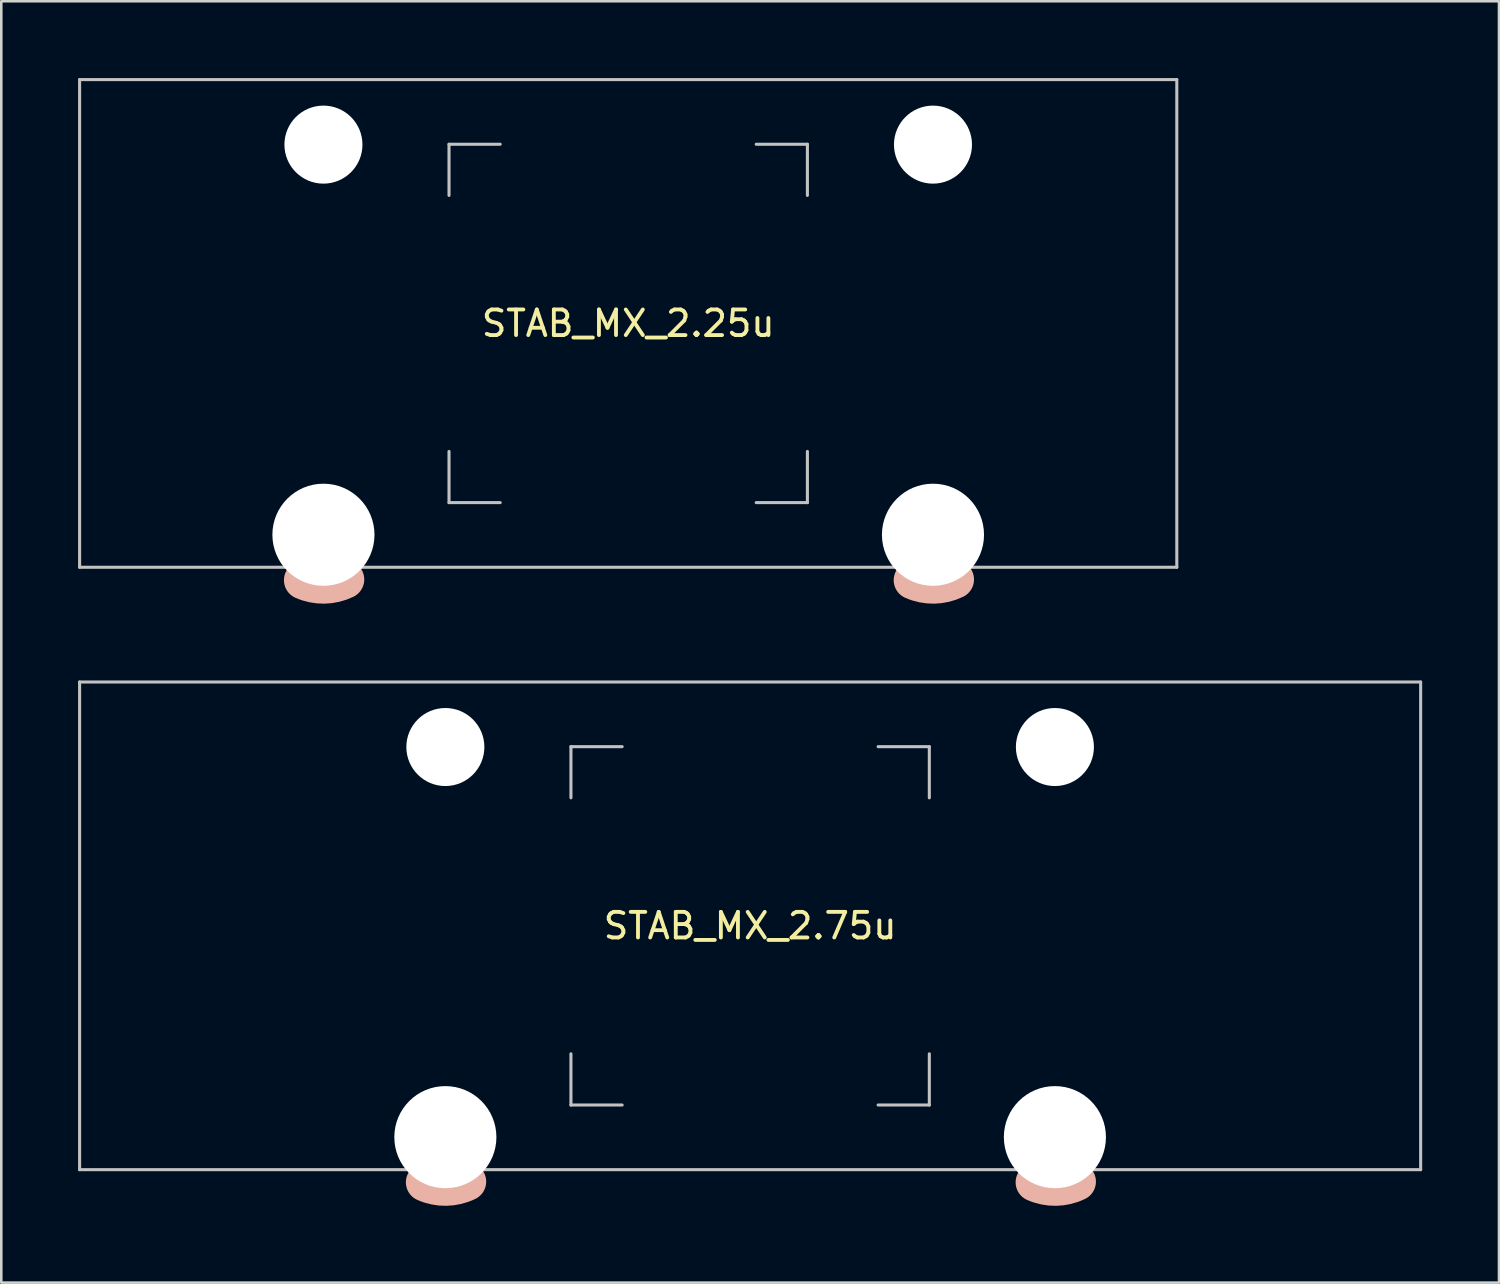
<source format=kicad_pcb>
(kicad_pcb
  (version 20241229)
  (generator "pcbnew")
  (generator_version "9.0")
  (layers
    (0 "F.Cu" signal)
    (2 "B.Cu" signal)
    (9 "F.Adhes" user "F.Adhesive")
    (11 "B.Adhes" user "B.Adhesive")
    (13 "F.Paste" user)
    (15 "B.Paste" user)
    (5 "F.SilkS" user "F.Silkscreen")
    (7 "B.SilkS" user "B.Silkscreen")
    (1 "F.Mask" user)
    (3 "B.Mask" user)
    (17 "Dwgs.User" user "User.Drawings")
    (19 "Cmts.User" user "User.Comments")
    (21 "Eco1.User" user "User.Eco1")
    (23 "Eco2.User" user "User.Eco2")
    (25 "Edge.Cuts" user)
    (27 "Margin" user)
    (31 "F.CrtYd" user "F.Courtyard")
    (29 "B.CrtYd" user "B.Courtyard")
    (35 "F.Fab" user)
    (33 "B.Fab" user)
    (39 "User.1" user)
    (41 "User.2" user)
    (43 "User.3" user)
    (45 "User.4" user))
  (footprint "STAB_MX_2.25u"
    (layer "F.Cu")
    (at 21.491 9.585)
    (property "Reference" "STAB_MX_2.25u" (at 0 0 0) (layer "F.SilkS") (effects (font (size 1 1) (thickness 0.15))))
    (attr through_hole exclude_from_pos_files exclude_from_bom)
    (fp_circle (center -11.906 -6.985) (end -10.406 -6.985) (stroke (width 1) (type solid)) (fill no) (layer "B.Mask"))
    (fp_circle (center 11.906 -6.985) (end 13.406 -6.985) (stroke (width 1) (type solid)) (fill no) (layer "B.Mask"))
    (fp_arc (start -11.061161 10.002042) (mid -11.876911 10.197561) (end -12.698861 10.03001) (stroke (width 1.5) (type default)) (layer "B.SilkS"))
    (fp_arc (start 12.758839 10.002042) (mid 11.943089 10.197561) (end 11.121139 10.03001) (stroke (width 1.5) (type default)) (layer "B.SilkS"))
    (fp_line (start -21.431 -9.525) (end -21.431 9.525) (stroke (width 0.12) (type solid)) (layer "Dwgs.User"))
    (fp_line (start -21.431 -9.525) (end 21.431 -9.525) (stroke (width 0.12) (type solid)) (layer "Dwgs.User"))
    (fp_line (start -21.431 9.525) (end 21.431 9.525) (stroke (width 0.12) (type solid)) (layer "Dwgs.User"))
    (fp_line (start -7 -7) (end -5 -7) (stroke (width 0.12) (type solid)) (layer "Dwgs.User"))
    (fp_line (start -7 -5) (end -7 -7) (stroke (width 0.12) (type solid)) (layer "Dwgs.User"))
    (fp_line (start -7 7) (end -7 5) (stroke (width 0.12) (type solid)) (layer "Dwgs.User"))
    (fp_line (start -5 7) (end -7 7) (stroke (width 0.12) (type solid)) (layer "Dwgs.User"))
    (fp_line (start 5 -7) (end 7 -7) (stroke (width 0.12) (type solid)) (layer "Dwgs.User"))
    (fp_line (start 5 7) (end 7 7) (stroke (width 0.12) (type solid)) (layer "Dwgs.User"))
    (fp_line (start 7 -7) (end 7 -5) (stroke (width 0.12) (type solid)) (layer "Dwgs.User"))
    (fp_line (start 7 7) (end 7 5) (stroke (width 0.12) (type solid)) (layer "Dwgs.User"))
    (fp_line (start 21.431 -9.525) (end 21.431 9.525) (stroke (width 0.12) (type solid)) (layer "Dwgs.User"))
    (fp_line (start -15.281 -5.5) (end -15.281 7.5) (stroke (width 0.05) (type solid)) (layer "Eco2.User"))
    (fp_line (start -14.781 -6) (end -9.031 -6) (stroke (width 0.05) (type solid)) (layer "Eco2.User"))
    (fp_line (start -14.781 8) (end -9.031 8) (stroke (width 0.05) (type solid)) (layer "Eco2.User"))
    (fp_line (start -8.531 -5.5) (end -8.531 7.5) (stroke (width 0.05) (type solid)) (layer "Eco2.User"))
    (fp_line (start 8.531 -5.5) (end 8.531 7.5) (stroke (width 0.05) (type solid)) (layer "Eco2.User"))
    (fp_line (start 9.031 -6) (end 14.78 -6) (stroke (width 0.05) (type solid)) (layer "Eco2.User"))
    (fp_line (start 9.031 8) (end 14.781 8) (stroke (width 0.05) (type solid)) (layer "Eco2.User"))
    (fp_line (start 15.28 -5.5) (end 15.281 7.5) (stroke (width 0.05) (type solid)) (layer "Eco2.User"))
    (fp_arc (start -15.28125 -5.499999) (mid -15.134803 -5.853552) (end -14.78125 -5.999999) (stroke (width 0.05) (type solid)) (layer "Eco2.User"))
    (fp_arc (start -14.78125 8.000001) (mid -15.134803 7.853554) (end -15.28125 7.500001) (stroke (width 0.05) (type solid)) (layer "Eco2.User"))
    (fp_arc (start -9.03125 -5.999999) (mid -8.677697 -5.853552) (end -8.53125 -5.499999) (stroke (width 0.05) (type solid)) (layer "Eco2.User"))
    (fp_arc (start -8.53125 7.500001) (mid -8.677697 7.853554) (end -9.03125 8.000001) (stroke (width 0.05) (type solid)) (layer "Eco2.User"))
    (fp_arc (start 8.53125 -5.499999) (mid 8.677697 -5.853552) (end 9.03125 -5.999999) (stroke (width 0.05) (type solid)) (layer "Eco2.User"))
    (fp_arc (start 9.03125 8.000001) (mid 8.677697 7.853554) (end 8.53125 7.500001) (stroke (width 0.05) (type solid)) (layer "Eco2.User"))
    (fp_arc (start 14.780039 -5.999999) (mid 15.133592 -5.853552) (end 15.280039 -5.499999) (stroke (width 0.05) (type solid)) (layer "Eco2.User"))
    (fp_arc (start 15.28125 7.500001) (mid 15.134803 7.853554) (end 14.78125 8.000001) (stroke (width 0.05) (type solid)) (layer "Eco2.User"))
    (pad "" np_thru_hole circle (at -11.906 -6.985) (size 3.048 3.048) (drill 3.048) (layers "*.Cu" "*.Mask"))
    (pad "" np_thru_hole circle (at -11.906 8.255) (size 3.988 3.988) (drill 3.988) (layers "*.Cu" "*.Mask"))
    (pad "" np_thru_hole circle (at 11.906 -6.985) (size 3.048 3.048) (drill 3.048) (layers "*.Cu" "*.Mask"))
    (pad "" np_thru_hole circle (at 11.906 8.255) (size 3.988 3.988) (drill 3.988) (layers "*.Cu" "*.Mask"))
    (zone (net_name "") (layer "B.Cu") (hatch edge 0.5) (connect_pads) (min_thickness 0.25) (filled_areas_thickness no) (keepout (tracks allowed) (vias allowed) (pads allowed) (copperpour not_allowed) (footprints allowed)) (placement (enabled no)) (fill) (polygon (pts (xy 11.085 2.6) (xy 11.065 2.353) (xy 11.004 2.113) (xy 10.904 1.886) (xy 10.769 1.679) (xy 10.601 1.496) (xy 10.405 1.344) (xy 10.188 1.226) (xy 9.953 1.146) (xy 9.709 1.105) (xy 9.461 1.105) (xy 9.217 1.146) (xy 8.982 1.226) (xy 8.765 1.344) (xy 8.569 1.496) (xy 8.401 1.679) (xy 8.266 1.886) (xy 8.166 2.113) (xy 8.105 2.353) (xy 8.085 2.6) (xy 8.105 2.847) (xy 8.166 3.087) (xy 8.266 3.314) (xy 8.401 3.521) (xy 8.569 3.704) (xy 8.765 3.856) (xy 8.982 3.974) (xy 9.217 4.054) (xy 9.461 4.095) (xy 9.709 4.095) (xy 9.953 4.054) (xy 10.188 3.974) (xy 10.405 3.856) (xy 10.601 3.704) (xy 10.769 3.521) (xy 10.904 3.314) (xy 11.004 3.087) (xy 11.065 2.847))))
    (zone (net_name "") (layer "B.Cu") (hatch edge 0.5) (connect_pads) (min_thickness 0.25) (filled_areas_thickness no) (keepout (tracks allowed) (vias allowed) (pads allowed) (copperpour not_allowed) (footprints allowed)) (placement (enabled no)) (fill) (polygon (pts (xy 34.898 2.6) (xy 34.877 2.353) (xy 34.816 2.113) (xy 34.717 1.886) (xy 34.581 1.679) (xy 34.413 1.496) (xy 34.218 1.344) (xy 34 1.226) (xy 33.766 1.146) (xy 33.521 1.105) (xy 33.274 1.105) (xy 33.029 1.146) (xy 32.795 1.226) (xy 32.577 1.344) (xy 32.382 1.496) (xy 32.214 1.679) (xy 32.078 1.886) (xy 31.979 2.113) (xy 31.918 2.353) (xy 31.898 2.6) (xy 31.918 2.847) (xy 31.979 3.087) (xy 32.078 3.314) (xy 32.214 3.521) (xy 32.382 3.704) (xy 32.577 3.856) (xy 32.795 3.974) (xy 33.029 4.054) (xy 33.274 4.095) (xy 33.521 4.095) (xy 33.766 4.054) (xy 34 3.974) (xy 34.218 3.856) (xy 34.413 3.704) (xy 34.581 3.521) (xy 34.717 3.314) (xy 34.816 3.087) (xy 34.877 2.847))))
    (zone (net_name "") (layer "B.Cu") (hatch edge 0.5) (connect_pads) (min_thickness 0.25) (filled_areas_thickness no) (keepout (tracks allowed) (vias allowed) (pads allowed) (copperpour not_allowed) (footprints allowed)) (placement (enabled no)) (fill) (polygon (pts (xy 9.87 0.62) (xy 10.148 0.681) (xy 10.416 0.781) (xy 10.666 0.917) (xy 10.895 1.089) (xy 11.096 1.29) (xy 11.268 1.519) (xy 11.404 1.769) (xy 11.504 2.037) (xy 11.565 2.315) (xy 11.585 2.6) (xy 11.565 2.885) (xy 11.504 3.163) (xy 11.404 3.431) (xy 11.268 3.681) (xy 11.096 3.91) (xy 10.895 4.111) (xy 10.666 4.283) (xy 10.416 4.419) (xy 10.148 4.519) (xy 9.87 4.58) (xy 9.585 4.6) (xy 9.3 4.58) (xy 9.022 4.519) (xy 8.754 4.419) (xy 8.504 4.283) (xy 8.275 4.111) (xy 8.074 3.91) (xy 7.902 3.681) (xy 7.766 3.431) (xy 7.666 3.163) (xy 7.605 2.885) (xy 7.585 2.6) (xy 7.605 2.315) (xy 7.666 2.037) (xy 7.766 1.769) (xy 7.902 1.519) (xy 8.074 1.29) (xy 8.275 1.089) (xy 8.504 0.917) (xy 8.754 0.781) (xy 9.022 0.681) (xy 9.3 0.62) (xy 9.585 0.6))))
    (zone (net_name "") (layer "B.Cu") (hatch edge 0.5) (connect_pads) (min_thickness 0.25) (filled_areas_thickness no) (keepout (tracks allowed) (vias allowed) (pads allowed) (copperpour not_allowed) (footprints allowed)) (placement (enabled no)) (fill) (polygon (pts (xy 33.682 0.62) (xy 33.961 0.681) (xy 34.228 0.781) (xy 34.479 0.917) (xy 34.707 1.089) (xy 34.909 1.29) (xy 35.08 1.519) (xy 35.217 1.769) (xy 35.316 2.037) (xy 35.377 2.315) (xy 35.398 2.6) (xy 35.377 2.885) (xy 35.316 3.163) (xy 35.217 3.431) (xy 35.08 3.681) (xy 34.909 3.91) (xy 34.707 4.111) (xy 34.479 4.283) (xy 34.228 4.419) (xy 33.961 4.519) (xy 33.682 4.58) (xy 33.398 4.6) (xy 33.113 4.58) (xy 32.834 4.519) (xy 32.567 4.419) (xy 32.316 4.283) (xy 32.088 4.111) (xy 31.886 3.91) (xy 31.715 3.681) (xy 31.578 3.431) (xy 31.479 3.163) (xy 31.418 2.885) (xy 31.398 2.6) (xy 31.418 2.315) (xy 31.479 2.037) (xy 31.578 1.769) (xy 31.715 1.519) (xy 31.886 1.29) (xy 32.088 1.089) (xy 32.316 0.917) (xy 32.567 0.781) (xy 32.834 0.681) (xy 33.113 0.62) (xy 33.398 0.6)))))
  (footprint "STAB_MX_2.75u"
    (layer "F.Cu")
    (at 26.254 33.118)
    (property "Reference" "STAB_MX_2.75u" (at 0 0 0) (layer "F.SilkS") (effects (font (size 1 1) (thickness 0.15))))
    (attr through_hole exclude_from_pos_files)
    (fp_circle (center -11.906 -6.985) (end -10.406 -6.985) (stroke (width 1) (type solid)) (fill no) (layer "B.Mask"))
    (fp_circle (center 11.906 -6.985) (end 13.406 -6.985) (stroke (width 1) (type solid)) (fill no) (layer "B.Mask"))
    (fp_arc (start -11.061161 9.992042) (mid -11.876911 10.187561) (end -12.698861 10.02001) (stroke (width 1.5) (type default)) (layer "B.SilkS"))
    (fp_arc (start 12.758839 9.992042) (mid 11.943089 10.187561) (end 11.121139 10.02001) (stroke (width 1.5) (type default)) (layer "B.SilkS"))
    (fp_line (start -26.194 -9.525) (end -26.194 9.525) (stroke (width 0.12) (type solid)) (layer "Dwgs.User"))
    (fp_line (start -26.194 -9.525) (end 26.194 -9.525) (stroke (width 0.12) (type solid)) (layer "Dwgs.User"))
    (fp_line (start -26.194 9.525) (end 26.194 9.525) (stroke (width 0.12) (type solid)) (layer "Dwgs.User"))
    (fp_line (start -7 -7) (end -5 -7) (stroke (width 0.12) (type solid)) (layer "Dwgs.User"))
    (fp_line (start -7 -5) (end -7 -7) (stroke (width 0.12) (type solid)) (layer "Dwgs.User"))
    (fp_line (start -7 7) (end -7 5) (stroke (width 0.12) (type solid)) (layer "Dwgs.User"))
    (fp_line (start -5 7) (end -7 7) (stroke (width 0.12) (type solid)) (layer "Dwgs.User"))
    (fp_line (start 5 -7) (end 7 -7) (stroke (width 0.12) (type solid)) (layer "Dwgs.User"))
    (fp_line (start 5 7) (end 7 7) (stroke (width 0.12) (type solid)) (layer "Dwgs.User"))
    (fp_line (start 7 -7) (end 7 -5) (stroke (width 0.12) (type solid)) (layer "Dwgs.User"))
    (fp_line (start 7 7) (end 7 5) (stroke (width 0.12) (type solid)) (layer "Dwgs.User"))
    (fp_line (start 26.194 -9.525) (end 26.194 9.525) (stroke (width 0.12) (type solid)) (layer "Dwgs.User"))
    (fp_line (start -15.281 -5.5) (end -15.281 7.5) (stroke (width 0.05) (type solid)) (layer "Eco2.User"))
    (fp_line (start -14.781 -6) (end -9.031 -6) (stroke (width 0.05) (type solid)) (layer "Eco2.User"))
    (fp_line (start -14.781 8) (end -9.031 8) (stroke (width 0.05) (type solid)) (layer "Eco2.User"))
    (fp_line (start -8.531 -5.5) (end -8.531 7.5) (stroke (width 0.05) (type solid)) (layer "Eco2.User"))
    (fp_line (start 8.531 -5.5) (end 8.531 7.5) (stroke (width 0.05) (type solid)) (layer "Eco2.User"))
    (fp_line (start 9.031 -6) (end 14.78 -6) (stroke (width 0.05) (type solid)) (layer "Eco2.User"))
    (fp_line (start 9.031 8) (end 14.781 8) (stroke (width 0.05) (type solid)) (layer "Eco2.User"))
    (fp_line (start 15.28 -5.5) (end 15.281 7.5) (stroke (width 0.05) (type solid)) (layer "Eco2.User"))
    (fp_arc (start -15.28125 -5.499999) (mid -15.134803 -5.853552) (end -14.78125 -5.999999) (stroke (width 0.05) (type solid)) (layer "Eco2.User"))
    (fp_arc (start -14.78125 8.000001) (mid -15.134803 7.853554) (end -15.28125 7.500001) (stroke (width 0.05) (type solid)) (layer "Eco2.User"))
    (fp_arc (start -9.03125 -5.999999) (mid -8.677697 -5.853552) (end -8.53125 -5.499999) (stroke (width 0.05) (type solid)) (layer "Eco2.User"))
    (fp_arc (start -8.53125 7.500001) (mid -8.677697 7.853554) (end -9.03125 8.000001) (stroke (width 0.05) (type solid)) (layer "Eco2.User"))
    (fp_arc (start 8.53125 -5.499999) (mid 8.677693 -5.853571) (end 9.03125 -5.999999) (stroke (width 0.05) (type solid)) (layer "Eco2.User"))
    (fp_arc (start 9.03125 8.000001) (mid 8.677729 7.853537) (end 8.53125 7.500001) (stroke (width 0.05) (type solid)) (layer "Eco2.User"))
    (fp_arc (start 14.780039 -5.999999) (mid 15.133567 -5.853539) (end 15.280039 -5.499999) (stroke (width 0.05) (type solid)) (layer "Eco2.User"))
    (fp_arc (start 15.28125 7.500001) (mid 15.134806 7.853571) (end 14.78125 8.000001) (stroke (width 0.05) (type solid)) (layer "Eco2.User"))
    (pad "" np_thru_hole circle (at -11.906 -6.985) (size 3.048 3.048) (drill 3.048) (layers "*.Cu" "*.Mask"))
    (pad "" np_thru_hole circle (at -11.906 8.255) (size 3.988 3.988) (drill 3.988) (layers "*.Cu" "*.Mask"))
    (pad "" np_thru_hole circle (at 11.906 -6.985) (size 3.048 3.048) (drill 3.048) (layers "*.Cu" "*.Mask"))
    (pad "" np_thru_hole circle (at 11.906 8.255) (size 3.988 3.988) (drill 3.988) (layers "*.Cu" "*.Mask"))
    (zone (net_name "") (layer "B.Cu") (hatch edge 0.5) (connect_pads) (min_thickness 0.25) (filled_areas_thickness no) (keepout (tracks allowed) (vias allowed) (pads allowed) (copperpour not_allowed) (footprints allowed)) (placement (enabled no)) (fill) (polygon (pts (xy 15.848 26.133) (xy 15.827 25.886) (xy 15.766 25.646) (xy 15.667 25.419) (xy 15.531 25.212) (xy 15.363 25.029) (xy 15.168 24.877) (xy 14.95 24.759) (xy 14.716 24.679) (xy 14.471 24.638) (xy 14.224 24.638) (xy 13.979 24.679) (xy 13.745 24.759) (xy 13.527 24.877) (xy 13.332 25.029) (xy 13.164 25.212) (xy 13.028 25.419) (xy 12.929 25.646) (xy 12.868 25.886) (xy 12.848 26.133) (xy 12.868 26.38) (xy 12.929 26.62) (xy 13.028 26.847) (xy 13.164 27.054) (xy 13.332 27.236) (xy 13.527 27.389) (xy 13.745 27.507) (xy 13.979 27.587) (xy 14.224 27.628) (xy 14.471 27.628) (xy 14.716 27.587) (xy 14.95 27.507) (xy 15.168 27.389) (xy 15.363 27.236) (xy 15.531 27.054) (xy 15.667 26.847) (xy 15.766 26.62) (xy 15.827 26.38))))
    (zone (net_name "") (layer "B.Cu") (hatch edge 0.5) (connect_pads) (min_thickness 0.25) (filled_areas_thickness no) (keepout (tracks allowed) (vias allowed) (pads allowed) (copperpour not_allowed) (footprints allowed)) (placement (enabled no)) (fill) (polygon (pts (xy 39.66 26.133) (xy 39.64 25.886) (xy 39.579 25.646) (xy 39.479 25.419) (xy 39.344 25.212) (xy 39.176 25.029) (xy 38.98 24.877) (xy 38.763 24.759) (xy 38.528 24.679) (xy 38.284 24.638) (xy 38.036 24.638) (xy 37.792 24.679) (xy 37.557 24.759) (xy 37.34 24.877) (xy 37.144 25.029) (xy 36.976 25.212) (xy 36.841 25.419) (xy 36.741 25.646) (xy 36.68 25.886) (xy 36.66 26.133) (xy 36.68 26.38) (xy 36.741 26.62) (xy 36.841 26.847) (xy 36.976 27.054) (xy 37.144 27.236) (xy 37.34 27.389) (xy 37.557 27.507) (xy 37.792 27.587) (xy 38.036 27.628) (xy 38.284 27.628) (xy 38.528 27.587) (xy 38.763 27.507) (xy 38.98 27.389) (xy 39.176 27.236) (xy 39.344 27.054) (xy 39.479 26.847) (xy 39.579 26.62) (xy 39.64 26.38))))
    (zone (net_name "") (layer "B.Cu") (hatch edge 0.5) (connect_pads) (min_thickness 0.25) (filled_areas_thickness no) (keepout (tracks allowed) (vias allowed) (pads allowed) (copperpour not_allowed) (footprints allowed)) (placement (enabled no)) (fill) (polygon (pts (xy 14.632 24.153) (xy 14.911 24.214) (xy 15.178 24.314) (xy 15.429 24.45) (xy 15.657 24.621) (xy 15.859 24.823) (xy 16.03 25.052) (xy 16.167 25.302) (xy 16.266 25.569) (xy 16.327 25.848) (xy 16.348 26.133) (xy 16.327 26.417) (xy 16.266 26.696) (xy 16.167 26.964) (xy 16.03 27.214) (xy 15.859 27.443) (xy 15.657 27.644) (xy 15.429 27.815) (xy 15.178 27.952) (xy 14.911 28.052) (xy 14.632 28.112) (xy 14.348 28.133) (xy 14.063 28.112) (xy 13.784 28.052) (xy 13.517 27.952) (xy 13.266 27.815) (xy 13.038 27.644) (xy 12.836 27.443) (xy 12.665 27.214) (xy 12.528 26.964) (xy 12.429 26.696) (xy 12.368 26.417) (xy 12.348 26.133) (xy 12.368 25.848) (xy 12.429 25.569) (xy 12.528 25.302) (xy 12.665 25.052) (xy 12.836 24.823) (xy 13.038 24.621) (xy 13.266 24.45) (xy 13.517 24.314) (xy 13.784 24.214) (xy 14.063 24.153) (xy 14.348 24.133))))
    (zone (net_name "") (layer "B.Cu") (hatch edge 0.5) (connect_pads) (min_thickness 0.25) (filled_areas_thickness no) (keepout (tracks allowed) (vias allowed) (pads allowed) (copperpour not_allowed) (footprints allowed)) (placement (enabled no)) (fill) (polygon (pts (xy 38.445 24.153) (xy 38.723 24.214) (xy 38.991 24.314) (xy 39.241 24.45) (xy 39.47 24.621) (xy 39.671 24.823) (xy 39.843 25.052) (xy 39.979 25.302) (xy 40.079 25.569) (xy 40.14 25.848) (xy 40.16 26.133) (xy 40.14 26.417) (xy 40.079 26.696) (xy 39.979 26.964) (xy 39.843 27.214) (xy 39.671 27.443) (xy 39.47 27.644) (xy 39.241 27.815) (xy 38.991 27.952) (xy 38.723 28.052) (xy 38.445 28.112) (xy 38.16 28.133) (xy 37.875 28.112) (xy 37.597 28.052) (xy 37.329 27.952) (xy 37.079 27.815) (xy 36.85 27.644) (xy 36.649 27.443) (xy 36.477 27.214) (xy 36.341 26.964) (xy 36.241 26.696) (xy 36.18 26.417) (xy 36.16 26.133) (xy 36.18 25.848) (xy 36.241 25.569) (xy 36.341 25.302) (xy 36.477 25.052) (xy 36.649 24.823) (xy 36.85 24.621) (xy 37.079 24.45) (xy 37.329 24.314) (xy 37.597 24.214) (xy 37.875 24.153) (xy 38.16 24.133)))))
  (gr_rect
    (start -3 -3)
    (end 55.508 47.056)
    (stroke (width 0.1) (type default))
    (fill no)
    (layer "Edge.Cuts")))
</source>
